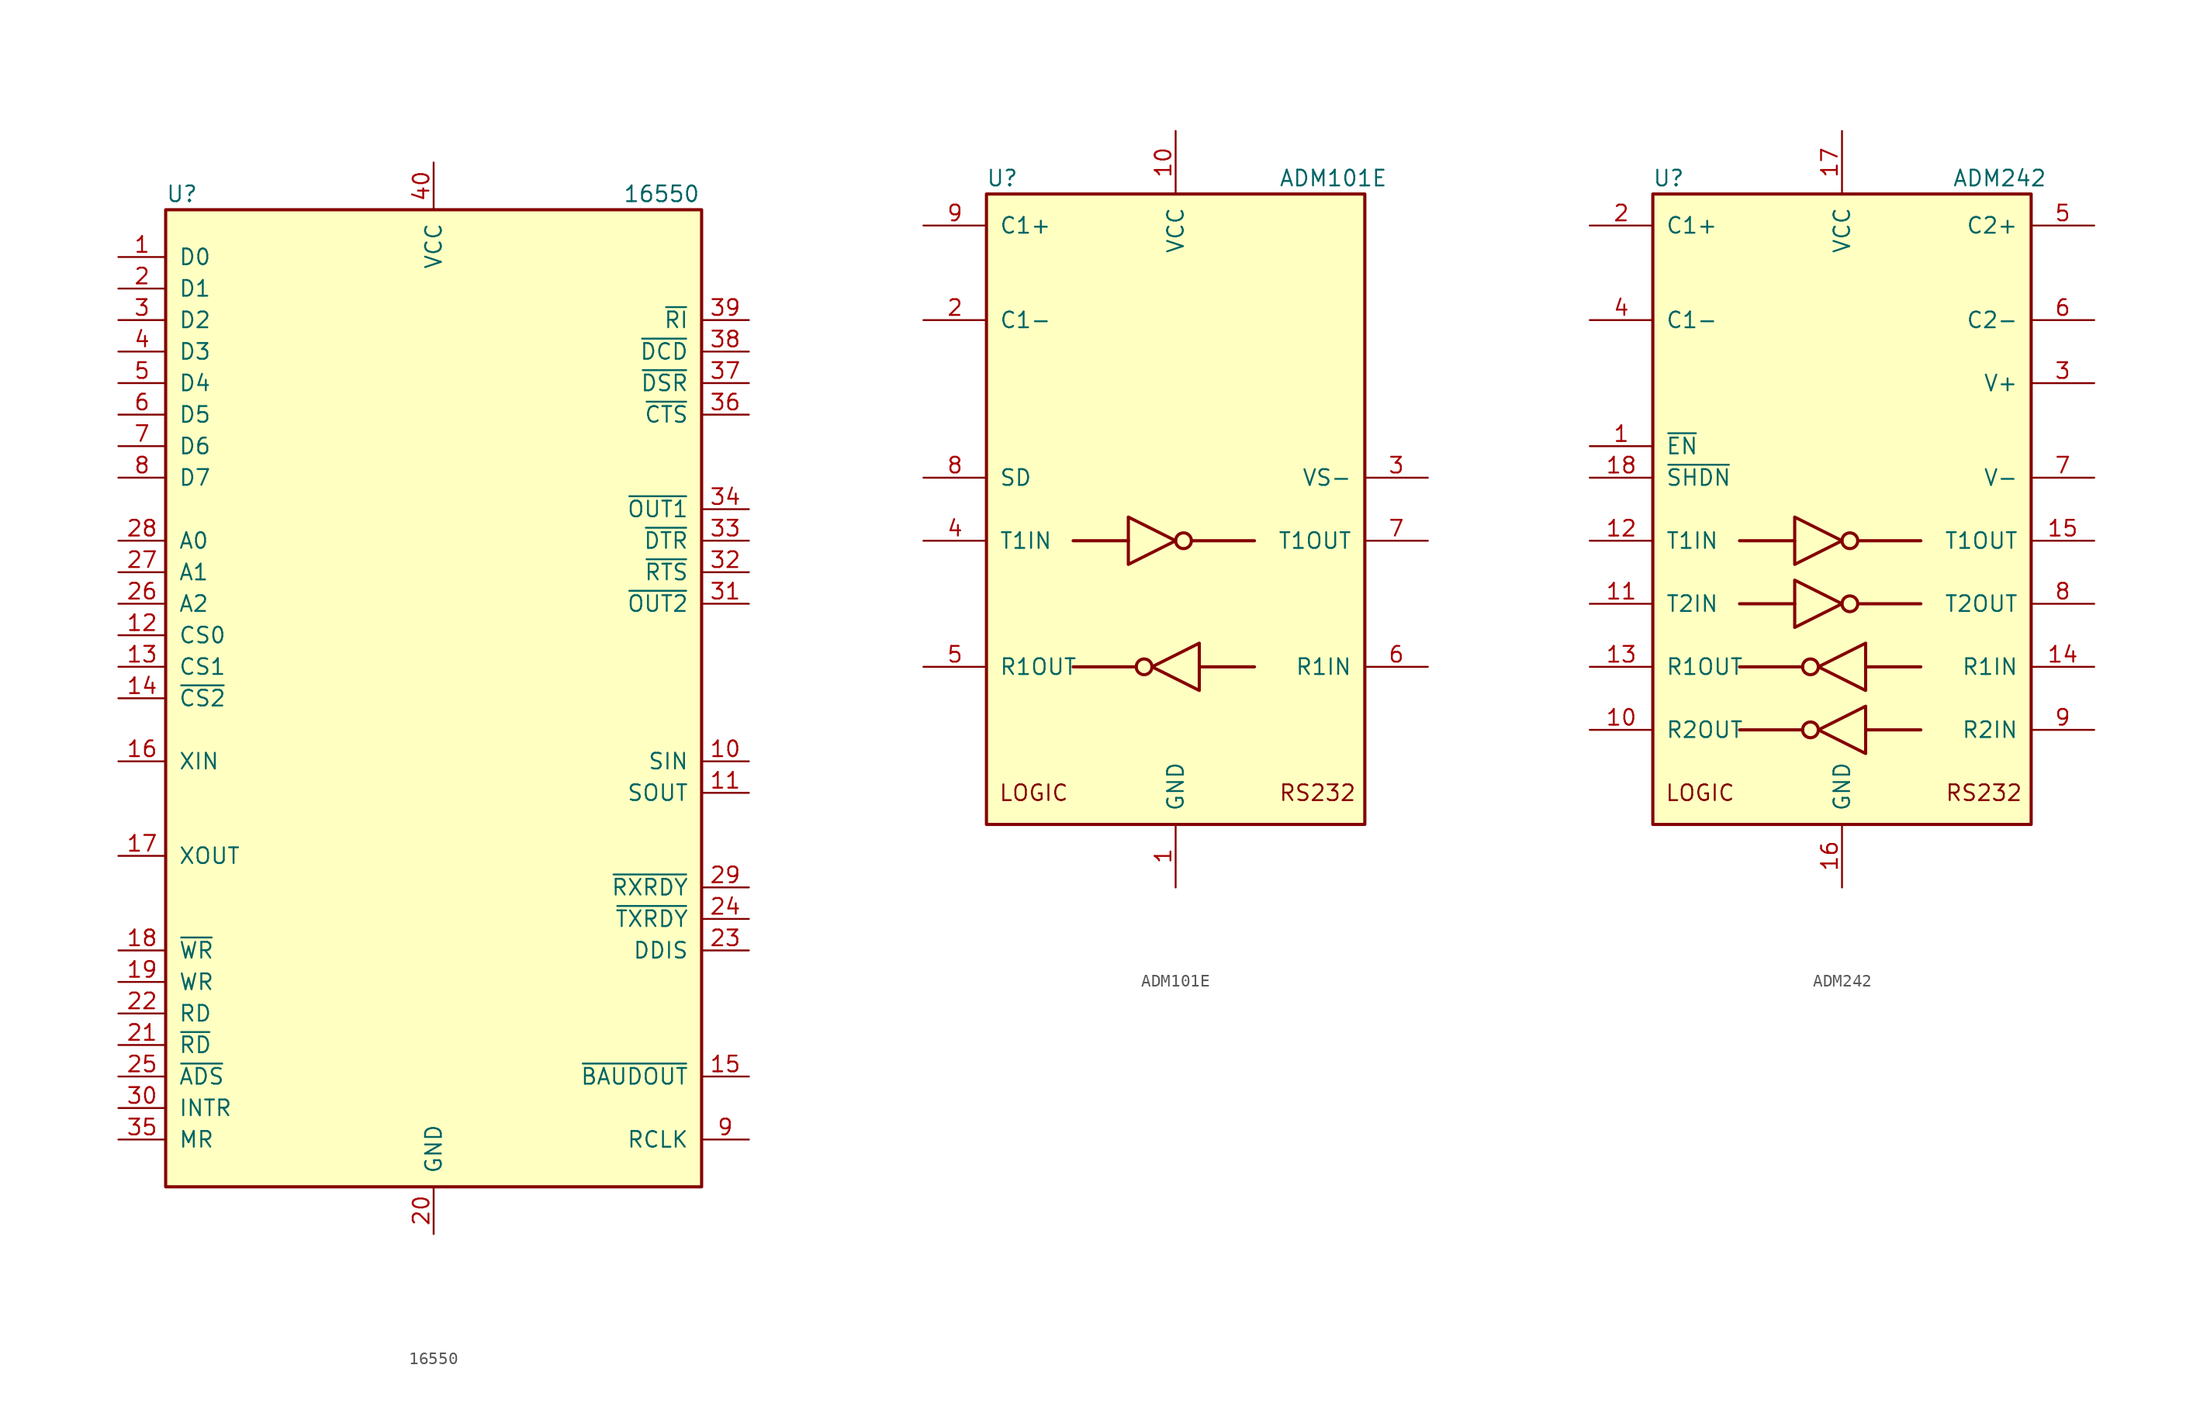
<source format=kicad_sym>
(kicad_symbol_lib
  (version 20201005)
  (generator kicad_symbol_editor)
  (symbol "Interface_UART:16550"
    (pin_names
      (offset 1.016))
    (property "Reference" "U"
      (at -21.59 40.64 0)
      (effects (font (size 1.27 1.27)) (justify left)))
    (property "Value" "16550"
      (at 15.24 40.64 0)
      (effects (font (size 1.27 1.27)) (justify left)))
    (symbol "16550_0_1"
      (rectangle (start -21.59 -39.37) (end 21.59 39.37) (stroke (width 0.254)) (fill (type background))))
    (symbol "16550_1_1"
      (pin bidirectional line (at -25.4 35.56 0) (length 3.81) (name "D0" (effects (font (size 1.27 1.27)))) (number "1" (effects (font (size 1.27 1.27)))))
      (pin input line (at 25.4 -5.08 180) (length 3.81) (name "SIN" (effects (font (size 1.27 1.27)))) (number "10" (effects (font (size 1.27 1.27)))))
      (pin output line (at 25.4 -7.62 180) (length 3.81) (name "SOUT" (effects (font (size 1.27 1.27)))) (number "11" (effects (font (size 1.27 1.27)))))
      (pin input line (at -25.4 5.08 0) (length 3.81) (name "CS0" (effects (font (size 1.27 1.27)))) (number "12" (effects (font (size 1.27 1.27)))))
      (pin input line (at -25.4 2.54 0) (length 3.81) (name "CS1" (effects (font (size 1.27 1.27)))) (number "13" (effects (font (size 1.27 1.27)))))
      (pin input line (at -25.4 0 0) (length 3.81) (name "~CS2~" (effects (font (size 1.27 1.27)))) (number "14" (effects (font (size 1.27 1.27)))))
      (pin output line (at 25.4 -30.48 180) (length 3.81) (name "~BAUDOUT~" (effects (font (size 1.27 1.27)))) (number "15" (effects (font (size 1.27 1.27)))))
      (pin input line (at -25.4 -5.08 0) (length 3.81) (name "XIN" (effects (font (size 1.27 1.27)))) (number "16" (effects (font (size 1.27 1.27)))))
      (pin output line (at -25.4 -12.7 0) (length 3.81) (name "XOUT" (effects (font (size 1.27 1.27)))) (number "17" (effects (font (size 1.27 1.27)))))
      (pin input line (at -25.4 -20.32 0) (length 3.81) (name "~WR~" (effects (font (size 1.27 1.27)))) (number "18" (effects (font (size 1.27 1.27)))))
      (pin input line (at -25.4 -22.86 0) (length 3.81) (name "WR" (effects (font (size 1.27 1.27)))) (number "19" (effects (font (size 1.27 1.27)))))
      (pin bidirectional line (at -25.4 33.02 0) (length 3.81) (name "D1" (effects (font (size 1.27 1.27)))) (number "2" (effects (font (size 1.27 1.27)))))
      (pin power_in line (at 0 -43.18 90) (length 3.81) (name "GND" (effects (font (size 1.27 1.27)))) (number "20" (effects (font (size 1.27 1.27)))))
      (pin input line (at -25.4 -27.94 0) (length 3.81) (name "~RD~" (effects (font (size 1.27 1.27)))) (number "21" (effects (font (size 1.27 1.27)))))
      (pin input line (at -25.4 -25.4 0) (length 3.81) (name "RD" (effects (font (size 1.27 1.27)))) (number "22" (effects (font (size 1.27 1.27)))))
      (pin output line (at 25.4 -20.32 180) (length 3.81) (name "DDIS" (effects (font (size 1.27 1.27)))) (number "23" (effects (font (size 1.27 1.27)))))
      (pin output line (at 25.4 -17.78 180) (length 3.81) (name "~TXRDY~" (effects (font (size 1.27 1.27)))) (number "24" (effects (font (size 1.27 1.27)))))
      (pin input line (at -25.4 -30.48 0) (length 3.81) (name "~ADS~" (effects (font (size 1.27 1.27)))) (number "25" (effects (font (size 1.27 1.27)))))
      (pin input line (at -25.4 7.62 0) (length 3.81) (name "A2" (effects (font (size 1.27 1.27)))) (number "26" (effects (font (size 1.27 1.27)))))
      (pin input line (at -25.4 10.16 0) (length 3.81) (name "A1" (effects (font (size 1.27 1.27)))) (number "27" (effects (font (size 1.27 1.27)))))
      (pin input line (at -25.4 12.7 0) (length 3.81) (name "A0" (effects (font (size 1.27 1.27)))) (number "28" (effects (font (size 1.27 1.27)))))
      (pin output line (at 25.4 -15.24 180) (length 3.81) (name "~RXRDY~" (effects (font (size 1.27 1.27)))) (number "29" (effects (font (size 1.27 1.27)))))
      (pin bidirectional line (at -25.4 30.48 0) (length 3.81) (name "D2" (effects (font (size 1.27 1.27)))) (number "3" (effects (font (size 1.27 1.27)))))
      (pin output line (at -25.4 -33.02 0) (length 3.81) (name "INTR" (effects (font (size 1.27 1.27)))) (number "30" (effects (font (size 1.27 1.27)))))
      (pin output line (at 25.4 7.62 180) (length 3.81) (name "~OUT2~" (effects (font (size 1.27 1.27)))) (number "31" (effects (font (size 1.27 1.27)))))
      (pin output line (at 25.4 10.16 180) (length 3.81) (name "~RTS~" (effects (font (size 1.27 1.27)))) (number "32" (effects (font (size 1.27 1.27)))))
      (pin output line (at 25.4 12.7 180) (length 3.81) (name "~DTR~" (effects (font (size 1.27 1.27)))) (number "33" (effects (font (size 1.27 1.27)))))
      (pin output line (at 25.4 15.24 180) (length 3.81) (name "~OUT1~" (effects (font (size 1.27 1.27)))) (number "34" (effects (font (size 1.27 1.27)))))
      (pin input line (at -25.4 -35.56 0) (length 3.81) (name "MR" (effects (font (size 1.27 1.27)))) (number "35" (effects (font (size 1.27 1.27)))))
      (pin input line (at 25.4 22.86 180) (length 3.81) (name "~CTS~" (effects (font (size 1.27 1.27)))) (number "36" (effects (font (size 1.27 1.27)))))
      (pin input line (at 25.4 25.4 180) (length 3.81) (name "~DSR~" (effects (font (size 1.27 1.27)))) (number "37" (effects (font (size 1.27 1.27)))))
      (pin input line (at 25.4 27.94 180) (length 3.81) (name "~DCD~" (effects (font (size 1.27 1.27)))) (number "38" (effects (font (size 1.27 1.27)))))
      (pin input line (at 25.4 30.48 180) (length 3.81) (name "~RI~" (effects (font (size 1.27 1.27)))) (number "39" (effects (font (size 1.27 1.27)))))
      (pin bidirectional line (at -25.4 27.94 0) (length 3.81) (name "D3" (effects (font (size 1.27 1.27)))) (number "4" (effects (font (size 1.27 1.27)))))
      (pin power_in line (at 0 43.18 270) (length 3.81) (name "VCC" (effects (font (size 1.27 1.27)))) (number "40" (effects (font (size 1.27 1.27)))))
      (pin bidirectional line (at -25.4 25.4 0) (length 3.81) (name "D4" (effects (font (size 1.27 1.27)))) (number "5" (effects (font (size 1.27 1.27)))))
      (pin bidirectional line (at -25.4 22.86 0) (length 3.81) (name "D5" (effects (font (size 1.27 1.27)))) (number "6" (effects (font (size 1.27 1.27)))))
      (pin bidirectional line (at -25.4 20.32 0) (length 3.81) (name "D6" (effects (font (size 1.27 1.27)))) (number "7" (effects (font (size 1.27 1.27)))))
      (pin bidirectional line (at -25.4 17.78 0) (length 3.81) (name "D7" (effects (font (size 1.27 1.27)))) (number "8" (effects (font (size 1.27 1.27)))))
      (pin input line (at 25.4 -35.56 180) (length 3.81) (name "RCLK" (effects (font (size 1.27 1.27)))) (number "9" (effects (font (size 1.27 1.27)))))))
  (symbol "Interface_UART:ADM101E"
    (pin_names
      (offset 1.016))
    (property "Reference" "U"
      (at -13.97 26.67 0)
      (effects (font (size 1.27 1.27))))
    (property "Value" "ADM101E"
      (at 12.7 26.67 0)
      (effects (font (size 1.27 1.27))))
    (symbol "ADM101E_0_0"
      (text "LOGIC" (at -11.43 -22.86 0) (effects (font (size 1.27 1.27))))
      (text "RS232" (at 11.43 -22.86 0) (effects (font (size 1.27 1.27)))))
    (symbol "ADM101E_0_1"
      (circle (center -2.54 -12.7) (radius 0.635) (stroke (width 0.254)) (fill (type none)))
      (circle (center 0.635 -2.54) (radius 0.635) (stroke (width 0.254)) (fill (type none)))
      (rectangle (start -15.24 -25.4) (end 15.24 25.4) (stroke (width 0.254)) (fill (type background)))
      (polyline (pts (xy -3.81 -2.54) (xy -8.255 -2.54)) (stroke (width 0.254)) (fill (type none)))
      (polyline (pts (xy -3.175 -12.7) (xy -8.255 -12.7)) (stroke (width 0.254)) (fill (type none)))
      (polyline (pts (xy 1.27 -2.54) (xy 6.35 -2.54)) (stroke (width 0.254)) (fill (type none)))
      (polyline (pts (xy 1.905 -12.7) (xy 6.35 -12.7)) (stroke (width 0.254)) (fill (type none)))
      (polyline (pts (xy -3.81 -0.635) (xy -3.81 -4.445) (xy 0 -2.54) (xy -3.81 -0.635)) (stroke (width 0.254)) (fill (type none)))
      (polyline (pts (xy 1.905 -10.795) (xy 1.905 -14.605) (xy -1.905 -12.7) (xy 1.905 -10.795)) (stroke (width 0.254)) (fill (type none))))
    (symbol "ADM101E_1_1"
      (pin power_in line (at 0 -30.48 90) (length 5.08) (name "GND" (effects (font (size 1.27 1.27)))) (number "1" (effects (font (size 1.27 1.27)))))
      (pin power_in line (at 0 30.48 270) (length 5.08) (name "VCC" (effects (font (size 1.27 1.27)))) (number "10" (effects (font (size 1.27 1.27)))))
      (pin passive line (at -20.32 15.24 0) (length 5.08) (name "C1-" (effects (font (size 1.27 1.27)))) (number "2" (effects (font (size 1.27 1.27)))))
      (pin power_out line (at 20.32 2.54 180) (length 5.08) (name "VS-" (effects (font (size 1.27 1.27)))) (number "3" (effects (font (size 1.27 1.27)))))
      (pin input line (at -20.32 -2.54 0) (length 5.08) (name "T1IN" (effects (font (size 1.27 1.27)))) (number "4" (effects (font (size 1.27 1.27)))))
      (pin output line (at -20.32 -12.7 0) (length 5.08) (name "R1OUT" (effects (font (size 1.27 1.27)))) (number "5" (effects (font (size 1.27 1.27)))))
      (pin input line (at 20.32 -12.7 180) (length 5.08) (name "R1IN" (effects (font (size 1.27 1.27)))) (number "6" (effects (font (size 1.27 1.27)))))
      (pin output line (at 20.32 -2.54 180) (length 5.08) (name "T1OUT" (effects (font (size 1.27 1.27)))) (number "7" (effects (font (size 1.27 1.27)))))
      (pin input line (at -20.32 2.54 0) (length 5.08) (name "SD" (effects (font (size 1.27 1.27)))) (number "8" (effects (font (size 1.27 1.27)))))
      (pin passive line (at -20.32 22.86 0) (length 5.08) (name "C1+" (effects (font (size 1.27 1.27)))) (number "9" (effects (font (size 1.27 1.27)))))))
  (symbol "Interface_UART:ADM242"
    (pin_names
      (offset 1.016))
    (property "Reference" "U"
      (at -13.97 26.67 0)
      (effects (font (size 1.27 1.27))))
    (property "Value" "ADM242"
      (at 12.7 26.67 0)
      (effects (font (size 1.27 1.27))))
    (symbol "ADM242_0_0"
      (text "LOGIC" (at -11.43 -22.86 0) (effects (font (size 1.27 1.27))))
      (text "RS232" (at 11.43 -22.86 0) (effects (font (size 1.27 1.27)))))
    (symbol "ADM242_0_1"
      (circle (center -2.54 -17.78) (radius 0.635) (stroke (width 0.254)) (fill (type none)))
      (circle (center -2.54 -12.7) (radius 0.635) (stroke (width 0.254)) (fill (type none)))
      (circle (center 0.635 -7.62) (radius 0.635) (stroke (width 0.254)) (fill (type none)))
      (circle (center 0.635 -2.54) (radius 0.635) (stroke (width 0.254)) (fill (type none)))
      (rectangle (start -15.24 -25.4) (end 15.24 25.4) (stroke (width 0.254)) (fill (type background)))
      (polyline (pts (xy -3.81 -7.62) (xy -8.255 -7.62)) (stroke (width 0.254)) (fill (type none)))
      (polyline (pts (xy -3.81 -2.54) (xy -8.255 -2.54)) (stroke (width 0.254)) (fill (type none)))
      (polyline (pts (xy -3.175 -17.78) (xy -8.255 -17.78)) (stroke (width 0.254)) (fill (type none)))
      (polyline (pts (xy -3.175 -12.7) (xy -8.255 -12.7)) (stroke (width 0.254)) (fill (type none)))
      (polyline (pts (xy 1.27 -7.62) (xy 6.35 -7.62)) (stroke (width 0.254)) (fill (type none)))
      (polyline (pts (xy 1.27 -2.54) (xy 6.35 -2.54)) (stroke (width 0.254)) (fill (type none)))
      (polyline (pts (xy 1.905 -17.78) (xy 6.35 -17.78)) (stroke (width 0.254)) (fill (type none)))
      (polyline (pts (xy 1.905 -12.7) (xy 6.35 -12.7)) (stroke (width 0.254)) (fill (type none)))
      (polyline (pts (xy -3.81 -5.715) (xy -3.81 -9.525) (xy 0 -7.62) (xy -3.81 -5.715)) (stroke (width 0.254)) (fill (type none)))
      (polyline (pts (xy -3.81 -0.635) (xy -3.81 -4.445) (xy 0 -2.54) (xy -3.81 -0.635)) (stroke (width 0.254)) (fill (type none)))
      (polyline (pts (xy 1.905 -15.875) (xy 1.905 -19.685) (xy -1.905 -17.78) (xy 1.905 -15.875)) (stroke (width 0.254)) (fill (type none)))
      (polyline (pts (xy 1.905 -10.795) (xy 1.905 -14.605) (xy -1.905 -12.7) (xy 1.905 -10.795)) (stroke (width 0.254)) (fill (type none))))
    (symbol "ADM242_1_1"
      (pin input line (at -20.32 5.08 0) (length 5.08) (name "~EN" (effects (font (size 1.27 1.27)))) (number "1" (effects (font (size 1.27 1.27)))))
      (pin output line (at -20.32 -17.78 0) (length 5.08) (name "R2OUT" (effects (font (size 1.27 1.27)))) (number "10" (effects (font (size 1.27 1.27)))))
      (pin input line (at -20.32 -7.62 0) (length 5.08) (name "T2IN" (effects (font (size 1.27 1.27)))) (number "11" (effects (font (size 1.27 1.27)))))
      (pin input line (at -20.32 -2.54 0) (length 5.08) (name "T1IN" (effects (font (size 1.27 1.27)))) (number "12" (effects (font (size 1.27 1.27)))))
      (pin output line (at -20.32 -12.7 0) (length 5.08) (name "R1OUT" (effects (font (size 1.27 1.27)))) (number "13" (effects (font (size 1.27 1.27)))))
      (pin input line (at 20.32 -12.7 180) (length 5.08) (name "R1IN" (effects (font (size 1.27 1.27)))) (number "14" (effects (font (size 1.27 1.27)))))
      (pin output line (at 20.32 -2.54 180) (length 5.08) (name "T1OUT" (effects (font (size 1.27 1.27)))) (number "15" (effects (font (size 1.27 1.27)))))
      (pin power_in line (at 0 -30.48 90) (length 5.08) (name "GND" (effects (font (size 1.27 1.27)))) (number "16" (effects (font (size 1.27 1.27)))))
      (pin power_in line (at 0 30.48 270) (length 5.08) (name "VCC" (effects (font (size 1.27 1.27)))) (number "17" (effects (font (size 1.27 1.27)))))
      (pin input line (at -20.32 2.54 0) (length 5.08) (name "~SHDN" (effects (font (size 1.27 1.27)))) (number "18" (effects (font (size 1.27 1.27)))))
      (pin passive line (at -20.32 22.86 0) (length 5.08) (name "C1+" (effects (font (size 1.27 1.27)))) (number "2" (effects (font (size 1.27 1.27)))))
      (pin power_out line (at 20.32 10.16 180) (length 5.08) (name "V+" (effects (font (size 1.27 1.27)))) (number "3" (effects (font (size 1.27 1.27)))))
      (pin passive line (at -20.32 15.24 0) (length 5.08) (name "C1-" (effects (font (size 1.27 1.27)))) (number "4" (effects (font (size 1.27 1.27)))))
      (pin passive line (at 20.32 22.86 180) (length 5.08) (name "C2+" (effects (font (size 1.27 1.27)))) (number "5" (effects (font (size 1.27 1.27)))))
      (pin passive line (at 20.32 15.24 180) (length 5.08) (name "C2-" (effects (font (size 1.27 1.27)))) (number "6" (effects (font (size 1.27 1.27)))))
      (pin power_out line (at 20.32 2.54 180) (length 5.08) (name "V-" (effects (font (size 1.27 1.27)))) (number "7" (effects (font (size 1.27 1.27)))))
      (pin output line (at 20.32 -7.62 180) (length 5.08) (name "T2OUT" (effects (font (size 1.27 1.27)))) (number "8" (effects (font (size 1.27 1.27)))))
      (pin input line (at 20.32 -17.78 180) (length 5.08) (name "R2IN" (effects (font (size 1.27 1.27)))) (number "9" (effects (font (size 1.27 1.27))))))))
</source>
